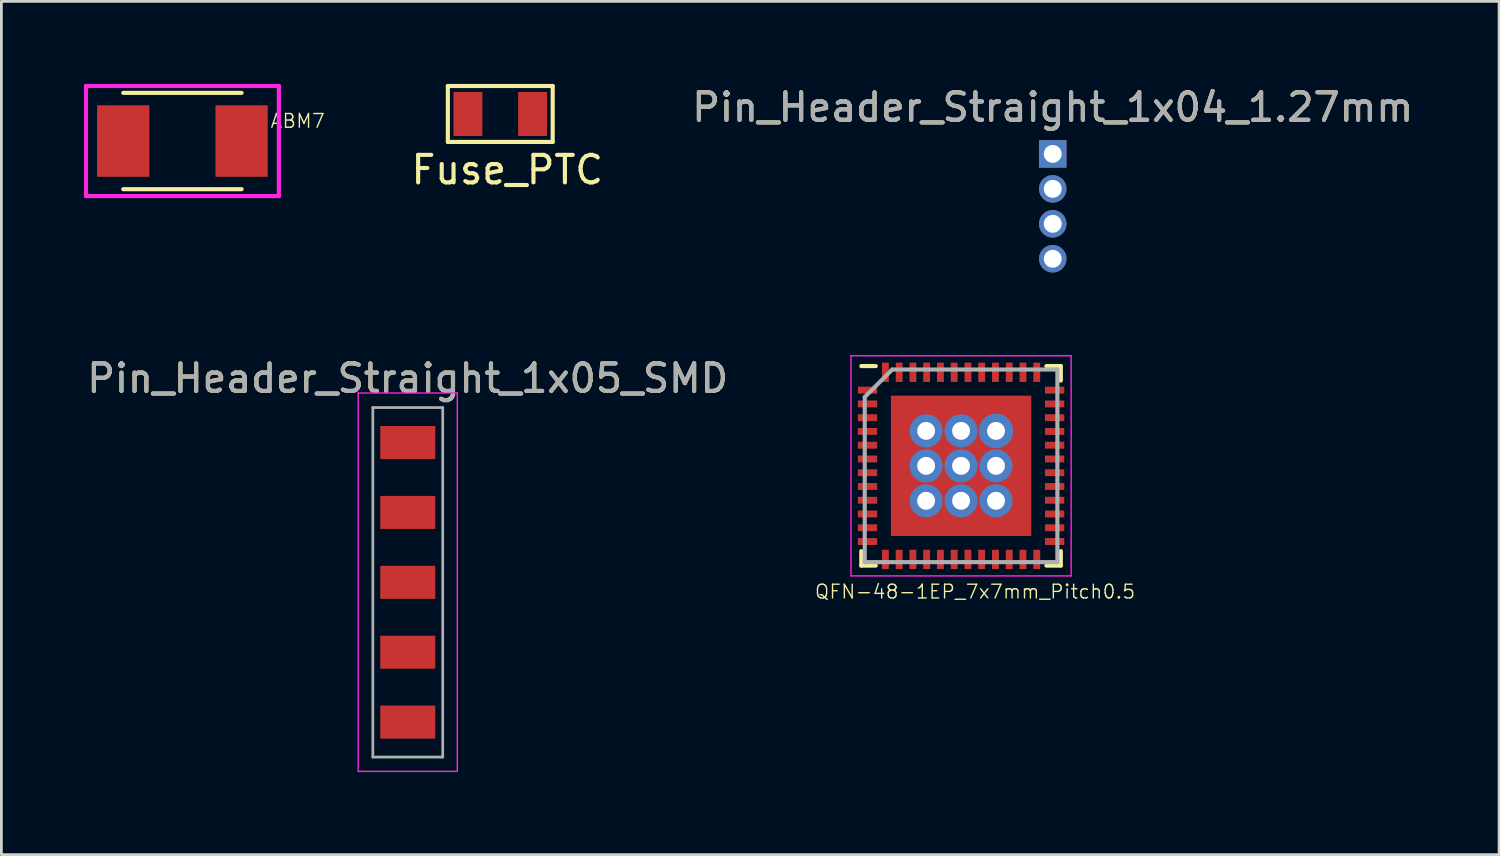
<source format=kicad_pcb>
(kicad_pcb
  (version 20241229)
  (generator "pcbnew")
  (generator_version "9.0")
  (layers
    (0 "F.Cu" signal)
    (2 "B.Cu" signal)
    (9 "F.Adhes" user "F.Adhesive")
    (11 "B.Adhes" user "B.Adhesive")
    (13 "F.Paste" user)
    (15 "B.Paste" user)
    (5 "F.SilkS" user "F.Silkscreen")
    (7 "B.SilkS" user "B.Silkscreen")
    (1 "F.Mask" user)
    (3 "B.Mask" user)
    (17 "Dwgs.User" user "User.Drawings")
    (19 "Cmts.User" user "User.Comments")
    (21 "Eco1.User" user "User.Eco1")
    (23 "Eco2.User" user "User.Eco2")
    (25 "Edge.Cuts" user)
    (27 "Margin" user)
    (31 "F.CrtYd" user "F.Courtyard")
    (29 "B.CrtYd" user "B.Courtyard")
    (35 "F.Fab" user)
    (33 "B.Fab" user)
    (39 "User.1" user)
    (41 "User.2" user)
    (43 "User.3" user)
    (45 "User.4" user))
  (footprint "Fuse_PTC"
    (layer "F.Cu")
    (at 15.129 1.091)
    (property "Reference" "Fuse_PTC" (at 0.254 2.032 0) (layer "F.SilkS") (effects (font (size 1 1) (thickness 0.15))))
    (attr through_hole)
    (fp_line (start -1.905 -1.016) (end 1.905 -1.016) (stroke (width 0.15) (type solid)) (layer "F.SilkS"))
    (fp_line (start -1.905 1.016) (end -1.905 -1.016) (stroke (width 0.15) (type solid)) (layer "F.SilkS"))
    (fp_line (start 1.905 -1.016) (end 1.905 1.016) (stroke (width 0.15) (type solid)) (layer "F.SilkS"))
    (fp_line (start 1.905 1.016) (end -1.905 1.016) (stroke (width 0.15) (type solid)) (layer "F.SilkS"))
    (pad "1" smd rect (at -1.175 0) (size 1.05 1.6) (layers "F.Cu" "F.Mask" "F.Paste"))
    (pad "2" smd rect (at 1.175 0) (size 1.05 1.6) (layers "F.Cu" "F.Mask" "F.Paste")))
  (footprint "Pin_Header_Straight_1x05_SMD"
    (layer "F.Cu")
    (at 11.768 13.031)
    (property "Reference" "Pin_Header_Straight_1x05_SMD" (at 0 -2.33 0) (layer "F.SilkS") (effects (font (size 1 1) (thickness 0.15))))
    (attr through_hole)
    (fp_line (start -1.8 -1.8) (end -1.8 11.95) (stroke (width 0.05) (type solid)) (layer "F.CrtYd"))
    (fp_line (start -1.8 11.95) (end 1.8 11.95) (stroke (width 0.05) (type solid)) (layer "F.CrtYd"))
    (fp_line (start 1.8 -1.8) (end -1.8 -1.8) (stroke (width 0.05) (type solid)) (layer "F.CrtYd"))
    (fp_line (start 1.8 11.95) (end 1.8 -1.8) (stroke (width 0.05) (type solid)) (layer "F.CrtYd"))
    (fp_line (start -1.27 -1.27) (end -1.27 11.43) (stroke (width 0.1) (type solid)) (layer "F.Fab"))
    (fp_line (start -1.27 11.43) (end 1.27 11.43) (stroke (width 0.1) (type solid)) (layer "F.Fab"))
    (fp_line (start 1.27 -1.27) (end -1.27 -1.27) (stroke (width 0.1) (type solid)) (layer "F.Fab"))
    (fp_line (start 1.27 11.43) (end 1.27 -1.27) (stroke (width 0.1) (type solid)) (layer "F.Fab"))
    (fp_text user "${REFERENCE}" (at 0 -2.33 0) (layer "F.Fab") (effects (font (size 1 1) (thickness 0.15))))
    (pad "1" smd rect (at 0 0) (size 2 1.2) (layers "F.Cu" "F.Mask" "F.Paste"))
    (pad "2" smd rect (at 0 2.54) (size 2 1.2) (layers "F.Cu" "F.Mask" "F.Paste"))
    (pad "3" smd rect (at 0 5.08) (size 2 1.2) (layers "F.Cu" "F.Mask" "F.Paste"))
    (pad "4" smd rect (at 0 7.62) (size 2 1.2) (layers "F.Cu" "F.Mask" "F.Paste"))
    (pad "5" smd rect (at 0 10.16) (size 2 1.2) (layers "F.Cu" "F.Mask" "F.Paste")))
  (footprint "ABM7"
    (layer "F.Cu")
    (at 3.579 2.075)
    (property "Reference" "ABM7" (at 4.19 -0.73 0) (layer "F.SilkS") (effects (font (size 0.5 0.5) (thickness 0.05))))
    (attr through_hole)
    (fp_line (start -2.15 -1.75) (end 2.15 -1.75) (stroke (width 0.15) (type solid)) (layer "F.SilkS"))
    (fp_line (start 2.15 1.75) (end -2.15 1.75) (stroke (width 0.15) (type solid)) (layer "F.SilkS"))
    (fp_line (start -3.504 -2) (end 3.504 -2) (stroke (width 0.15) (type solid)) (layer "F.CrtYd"))
    (fp_line (start -3.504 2) (end -3.504 -2) (stroke (width 0.15) (type solid)) (layer "F.CrtYd"))
    (fp_line (start 3.504 -2) (end 3.504 2) (stroke (width 0.15) (type solid)) (layer "F.CrtYd"))
    (fp_line (start 3.504 2) (end -3.504 2) (stroke (width 0.15) (type solid)) (layer "F.CrtYd"))
    (pad "1" smd rect (at -2.15 0) (size 1.9 2.6) (layers "F.Cu" "F.Mask" "F.Paste"))
    (pad "2" smd rect (at 2.15 0) (size 1.9 2.6) (layers "F.Cu" "F.Mask" "F.Paste")))
  (footprint "Pin_Header_Straight_1x04_1.27mm"
    (layer "F.Cu")
    (at 35.205 2.543)
    (property "Reference" "Pin_Header_Straight_1x04_1.27mm" (at 0 -1.695 0) (layer "F.SilkS") (effects (font (size 1 1) (thickness 0.15))))
    (attr through_hole)
    (fp_text user "${REFERENCE}" (at 0 -1.695 0) (layer "F.Fab") (effects (font (size 1 1) (thickness 0.15))))
    (pad "1" thru_hole rect (at 0 0) (size 1 1) (drill 0.65) (layers "*.Cu" "*.Mask"))
    (pad "2" thru_hole oval (at 0 1.27) (size 1 1) (drill 0.65) (layers "*.Cu" "*.Mask"))
    (pad "3" thru_hole oval (at 0 2.54) (size 1 1) (drill 0.65) (layers "*.Cu" "*.Mask"))
    (pad "4" thru_hole oval (at 0 3.81) (size 1 1) (drill 0.65) (layers "*.Cu" "*.Mask")))
  (footprint "QFN-48-1EP_7x7mm_Pitch0.5"
    (layer "F.Cu")
    (at 31.874 13.878)
    (property "Reference" "QFN-48-1EP_7x7mm_Pitch0.5" (at 0.508 4.572 0) (layer "F.SilkS") (effects (font (size 0.5 0.5) (thickness 0.05))))
    (attr smd)
    (fp_line (start -3.625 -3.625) (end -3.1 -3.625) (stroke (width 0.15) (type solid)) (layer "F.SilkS"))
    (fp_line (start -3.625 3.625) (end -3.625 3.1) (stroke (width 0.15) (type solid)) (layer "F.SilkS"))
    (fp_line (start -3.625 3.625) (end -3.1 3.625) (stroke (width 0.15) (type solid)) (layer "F.SilkS"))
    (fp_line (start 3.625 -3.625) (end 3.1 -3.625) (stroke (width 0.15) (type solid)) (layer "F.SilkS"))
    (fp_line (start 3.625 -3.625) (end 3.625 -3.1) (stroke (width 0.15) (type solid)) (layer "F.SilkS"))
    (fp_line (start 3.625 3.625) (end 3.1 3.625) (stroke (width 0.15) (type solid)) (layer "F.SilkS"))
    (fp_line (start 3.625 3.625) (end 3.625 3.1) (stroke (width 0.15) (type solid)) (layer "F.SilkS"))
    (fp_line (start -4 -4) (end -4 4) (stroke (width 0.05) (type solid)) (layer "F.CrtYd"))
    (fp_line (start -4 -4) (end 4 -4) (stroke (width 0.05) (type solid)) (layer "F.CrtYd"))
    (fp_line (start -4 4) (end 4 4) (stroke (width 0.05) (type solid)) (layer "F.CrtYd"))
    (fp_line (start 4 -4) (end 4 4) (stroke (width 0.05) (type solid)) (layer "F.CrtYd"))
    (fp_line (start -3.5 -2.5) (end -2.5 -3.5) (stroke (width 0.15) (type solid)) (layer "F.Fab"))
    (fp_line (start -3.5 3.5) (end -3.5 -2.5) (stroke (width 0.15) (type solid)) (layer "F.Fab"))
    (fp_line (start -2.5 -3.5) (end 3.5 -3.5) (stroke (width 0.15) (type solid)) (layer "F.Fab"))
    (fp_line (start 3.5 -3.5) (end 3.5 3.5) (stroke (width 0.15) (type solid)) (layer "F.Fab"))
    (fp_line (start 3.5 3.5) (end -3.5 3.5) (stroke (width 0.15) (type solid)) (layer "F.Fab"))
    (pad "1" smd rect (at -3.4 -2.75) (size 0.7 0.25) (layers "F.Cu" "F.Mask" "F.Paste"))
    (pad "2" smd rect (at -3.4 -2.25) (size 0.7 0.25) (layers "F.Cu" "F.Mask" "F.Paste"))
    (pad "3" smd rect (at -3.4 -1.75) (size 0.7 0.25) (layers "F.Cu" "F.Mask" "F.Paste"))
    (pad "4" smd rect (at -3.4 -1.25) (size 0.7 0.25) (layers "F.Cu" "F.Mask" "F.Paste"))
    (pad "5" smd rect (at -3.4 -0.75) (size 0.7 0.25) (layers "F.Cu" "F.Mask" "F.Paste"))
    (pad "6" smd rect (at -3.4 -0.25) (size 0.7 0.25) (layers "F.Cu" "F.Mask" "F.Paste"))
    (pad "7" smd rect (at -3.4 0.25) (size 0.7 0.25) (layers "F.Cu" "F.Mask" "F.Paste"))
    (pad "8" smd rect (at -3.4 0.75) (size 0.7 0.25) (layers "F.Cu" "F.Mask" "F.Paste"))
    (pad "9" smd rect (at -3.4 1.25) (size 0.7 0.25) (layers "F.Cu" "F.Mask" "F.Paste"))
    (pad "10" smd rect (at -3.4 1.75) (size 0.7 0.25) (layers "F.Cu" "F.Mask" "F.Paste"))
    (pad "11" smd rect (at -3.4 2.25) (size 0.7 0.25) (layers "F.Cu" "F.Mask" "F.Paste"))
    (pad "12" smd rect (at -3.4 2.75) (size 0.7 0.25) (layers "F.Cu" "F.Mask" "F.Paste"))
    (pad "13" smd rect (at -2.75 3.4 90) (size 0.7 0.25) (layers "F.Cu" "F.Mask" "F.Paste"))
    (pad "14" smd rect (at -2.25 3.4 90) (size 0.7 0.25) (layers "F.Cu" "F.Mask" "F.Paste"))
    (pad "15" smd rect (at -1.75 3.4 90) (size 0.7 0.25) (layers "F.Cu" "F.Mask" "F.Paste"))
    (pad "16" smd rect (at -1.25 3.4 90) (size 0.7 0.25) (layers "F.Cu" "F.Mask" "F.Paste"))
    (pad "17" smd rect (at -0.75 3.4 90) (size 0.7 0.25) (layers "F.Cu" "F.Mask" "F.Paste"))
    (pad "18" smd rect (at -0.25 3.4 90) (size 0.7 0.25) (layers "F.Cu" "F.Mask" "F.Paste"))
    (pad "19" smd rect (at 0.25 3.4 90) (size 0.7 0.25) (layers "F.Cu" "F.Mask" "F.Paste"))
    (pad "20" smd rect (at 0.75 3.4 90) (size 0.7 0.25) (layers "F.Cu" "F.Mask" "F.Paste"))
    (pad "21" smd rect (at 1.25 3.4 90) (size 0.7 0.25) (layers "F.Cu" "F.Mask" "F.Paste"))
    (pad "22" smd rect (at 1.75 3.4 90) (size 0.7 0.25) (layers "F.Cu" "F.Mask" "F.Paste"))
    (pad "23" smd rect (at 2.25 3.4 90) (size 0.7 0.25) (layers "F.Cu" "F.Mask" "F.Paste"))
    (pad "24" smd rect (at 2.75 3.4 90) (size 0.7 0.25) (layers "F.Cu" "F.Mask" "F.Paste"))
    (pad "25" smd rect (at 3.4 2.75) (size 0.7 0.25) (layers "F.Cu" "F.Mask" "F.Paste"))
    (pad "26" smd rect (at 3.4 2.25) (size 0.7 0.25) (layers "F.Cu" "F.Mask" "F.Paste"))
    (pad "27" smd rect (at 3.4 1.75) (size 0.7 0.25) (layers "F.Cu" "F.Mask" "F.Paste"))
    (pad "28" smd rect (at 3.4 1.25) (size 0.7 0.25) (layers "F.Cu" "F.Mask" "F.Paste"))
    (pad "29" smd rect (at 3.4 0.75) (size 0.7 0.25) (layers "F.Cu" "F.Mask" "F.Paste"))
    (pad "30" smd rect (at 3.4 0.25) (size 0.7 0.25) (layers "F.Cu" "F.Mask" "F.Paste"))
    (pad "31" smd rect (at 3.4 -0.25) (size 0.7 0.25) (layers "F.Cu" "F.Mask" "F.Paste"))
    (pad "32" smd rect (at 3.4 -0.75) (size 0.7 0.25) (layers "F.Cu" "F.Mask" "F.Paste"))
    (pad "33" smd rect (at 3.4 -1.25) (size 0.7 0.25) (layers "F.Cu" "F.Mask" "F.Paste"))
    (pad "34" smd rect (at 3.4 -1.75) (size 0.7 0.25) (layers "F.Cu" "F.Mask" "F.Paste"))
    (pad "35" smd rect (at 3.4 -2.25) (size 0.7 0.25) (layers "F.Cu" "F.Mask" "F.Paste"))
    (pad "36" smd rect (at 3.4 -2.75) (size 0.7 0.25) (layers "F.Cu" "F.Mask" "F.Paste"))
    (pad "37" smd rect (at 2.75 -3.4 90) (size 0.7 0.25) (layers "F.Cu" "F.Mask" "F.Paste"))
    (pad "38" smd rect (at 2.25 -3.4 90) (size 0.7 0.25) (layers "F.Cu" "F.Mask" "F.Paste"))
    (pad "39" smd rect (at 1.75 -3.4 90) (size 0.7 0.25) (layers "F.Cu" "F.Mask" "F.Paste"))
    (pad "40" smd rect (at 1.25 -3.4 90) (size 0.7 0.25) (layers "F.Cu" "F.Mask" "F.Paste"))
    (pad "41" smd rect (at 0.75 -3.4 90) (size 0.7 0.25) (layers "F.Cu" "F.Mask" "F.Paste"))
    (pad "42" smd rect (at 0.25 -3.4 90) (size 0.7 0.25) (layers "F.Cu" "F.Mask" "F.Paste"))
    (pad "43" smd rect (at -0.25 -3.4 90) (size 0.7 0.25) (layers "F.Cu" "F.Mask" "F.Paste"))
    (pad "44" smd rect (at -0.75 -3.4 90) (size 0.7 0.25) (layers "F.Cu" "F.Mask" "F.Paste"))
    (pad "45" smd rect (at -1.25 -3.4 90) (size 0.7 0.25) (layers "F.Cu" "F.Mask" "F.Paste"))
    (pad "46" smd rect (at -1.75 -3.4 90) (size 0.7 0.25) (layers "F.Cu" "F.Mask" "F.Paste"))
    (pad "47" smd rect (at -2.25 -3.4 90) (size 0.7 0.25) (layers "F.Cu" "F.Mask" "F.Paste"))
    (pad "47" thru_hole circle (at -1.27 -1.27) (size 1.2 1.2) (drill 0.65) (layers "*.Cu" "*.Mask"))
    (pad "47" thru_hole circle (at -1.27 0) (size 1.2 1.2) (drill 0.65) (layers "*.Cu" "*.Mask"))
    (pad "47" thru_hole circle (at -1.27 1.27) (size 1.2 1.2) (drill 0.65) (layers "*.Cu" "*.Mask"))
    (pad "47" thru_hole circle (at 0 -1.27) (size 1.2 1.2) (drill 0.65) (layers "*.Cu" "*.Mask"))
    (pad "47" thru_hole circle (at 0 0) (size 1.2 1.2) (drill 0.65) (layers "*.Cu" "*.Mask"))
    (pad "47" smd rect (at 0 0) (size 5.1 5.1) (layers "F.Cu" "F.Mask" "F.Paste"))
    (pad "47" thru_hole circle (at 0 1.27) (size 1.2 1.2) (drill 0.65) (layers "*.Cu" "*.Mask"))
    (pad "47" thru_hole circle (at 1.27 -1.27) (size 1.25 1.25) (drill 0.65) (layers "*.Cu" "*.Mask"))
    (pad "47" thru_hole circle (at 1.27 0) (size 1.2 1.2) (drill 0.65) (layers "*.Cu" "*.Mask"))
    (pad "47" thru_hole circle (at 1.27 1.27) (size 1.2 1.2) (drill 0.65) (layers "*.Cu" "*.Mask"))
    (pad "48" smd rect (at -2.75 -3.4 90) (size 0.7 0.25) (layers "F.Cu" "F.Mask" "F.Paste")))
  (gr_rect
    (start -3 -3)
    (end 51.425 28.006)
    (stroke (width 0.1) (type default))
    (fill no)
    (layer "Edge.Cuts")))
</source>
